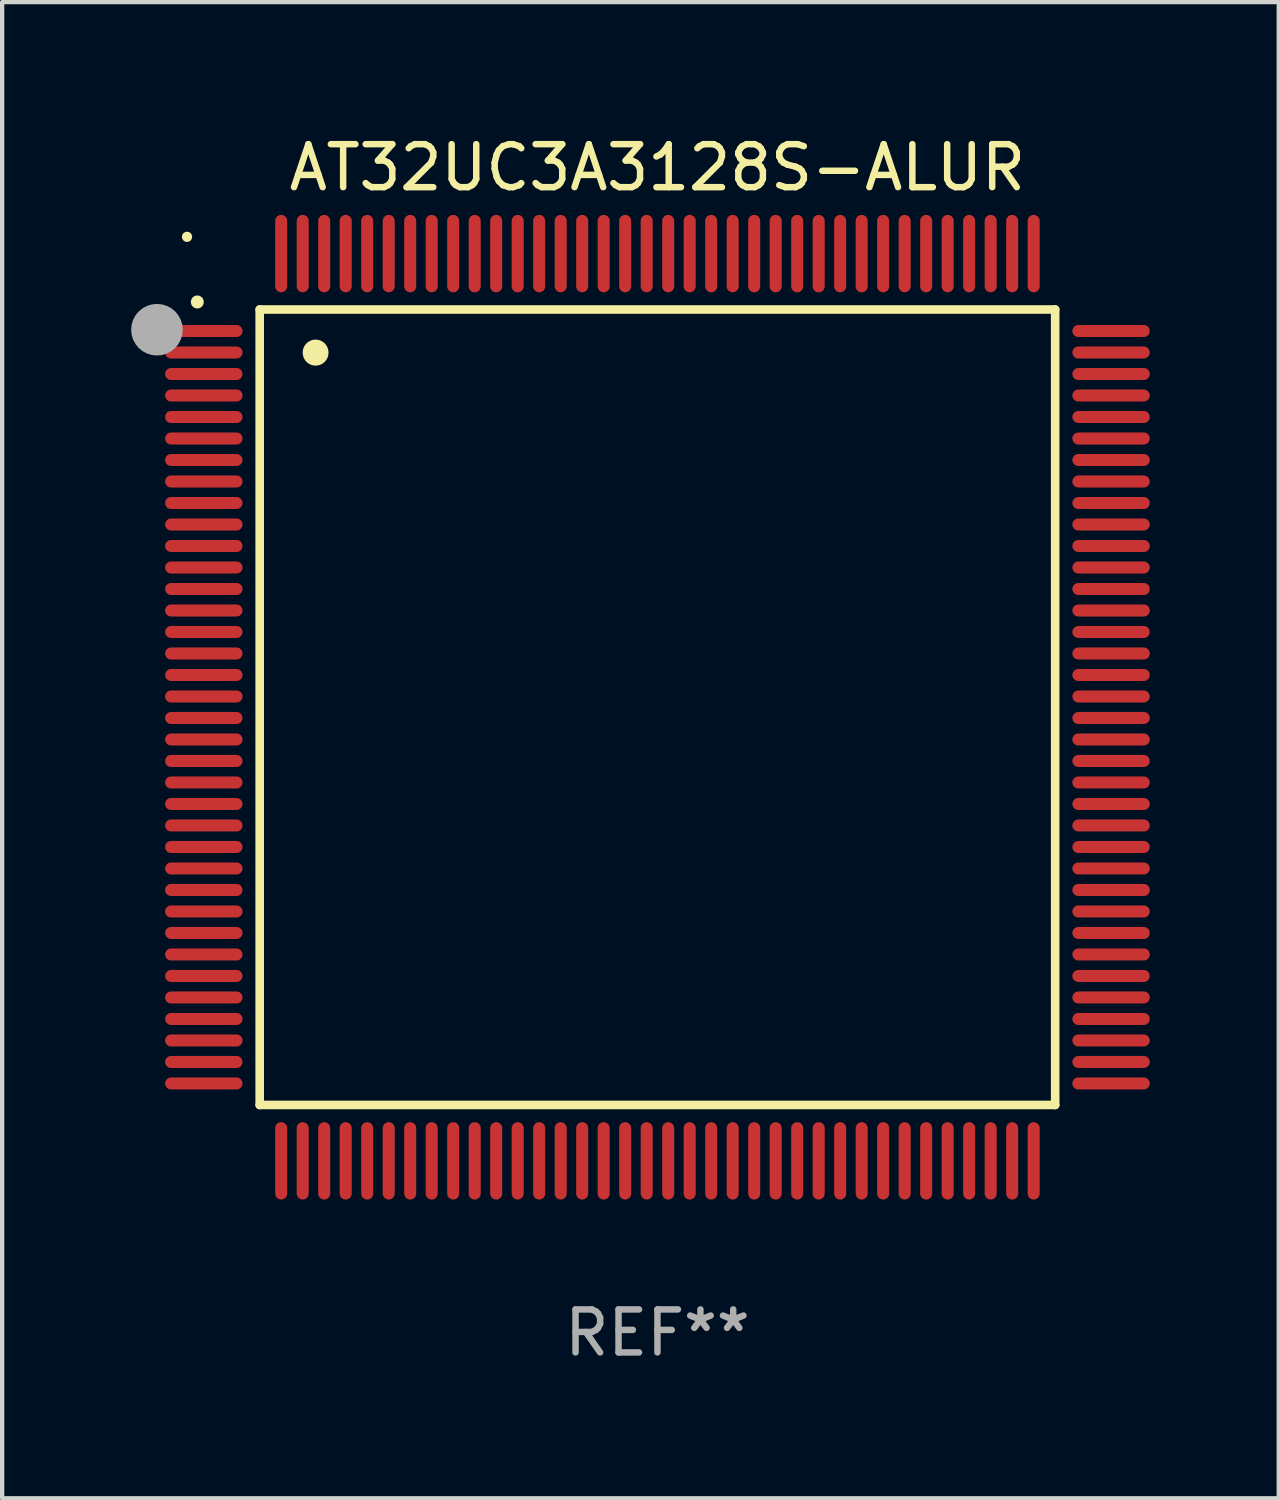
<source format=kicad_pcb>
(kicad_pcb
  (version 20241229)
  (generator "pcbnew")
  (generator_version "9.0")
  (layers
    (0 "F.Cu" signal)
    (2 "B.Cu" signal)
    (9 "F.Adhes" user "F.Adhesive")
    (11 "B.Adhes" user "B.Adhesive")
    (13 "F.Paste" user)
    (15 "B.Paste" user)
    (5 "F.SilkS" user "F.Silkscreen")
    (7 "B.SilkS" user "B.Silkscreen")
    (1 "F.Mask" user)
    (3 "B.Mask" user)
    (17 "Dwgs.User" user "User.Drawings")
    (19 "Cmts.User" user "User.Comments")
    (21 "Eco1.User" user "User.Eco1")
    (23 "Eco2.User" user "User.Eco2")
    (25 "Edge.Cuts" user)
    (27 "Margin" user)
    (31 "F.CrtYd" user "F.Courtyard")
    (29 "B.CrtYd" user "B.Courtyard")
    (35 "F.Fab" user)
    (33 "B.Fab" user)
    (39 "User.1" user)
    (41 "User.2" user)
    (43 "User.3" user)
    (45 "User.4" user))
  (footprint "AT32UC3A3128S-ALUR"
    (layer "F.Cu")
    (at 12.24 13.398)
    (property "Reference" "AT32UC3A3128S-ALUR" (at 0 -12.55 0) (layer "F.SilkS") (effects (font (size 1 1) (thickness 0.15))))
    (attr through_hole)
    (fp_line (start -9.25 -9.25) (end 9.25 -9.25) (stroke (width 0.2) (type solid)) (layer "F.SilkS"))
    (fp_line (start -9.25 9.25) (end -9.25 -9.25) (stroke (width 0.2) (type solid)) (layer "F.SilkS"))
    (fp_line (start 9.25 -9.25) (end 9.25 9.25) (stroke (width 0.2) (type solid)) (layer "F.SilkS"))
    (fp_line (start 9.25 9.25) (end -9.25 9.25) (stroke (width 0.2) (type solid)) (layer "F.SilkS"))
    (fp_arc (start -10.701041 -9.423419) (mid -10.701046 -9.424689) (end -10.701041 -9.425959) (stroke (width 0.3) (type solid)) (layer "F.SilkS"))
    (fp_arc (start -7.950216 -8.244856) (mid -7.950227 -8.247396) (end -7.950216 -8.249936) (stroke (width 0.6) (type solid)) (layer "F.SilkS"))
    (fp_circle (center -10.94 -10.94) (end -10.88 -10.94) (stroke (width 0.12) (type solid)) (fill no) (layer "F.SilkS"))
    (fp_circle (center -11.64 -8.78) (end -11.34 -8.78) (stroke (width 0.6) (type solid)) (fill no) (layer "F.Fab"))
    (fp_text user "REF**" (at 0 14.55 0) (layer "F.Fab") (effects (font (size 1 1) (thickness 0.15))))
    (pad "1" smd oval (at -10.55 -8.75 90) (size 0.28 1.8) (layers "F.Cu" "F.Mask" "F.Paste"))
    (pad "2" smd oval (at -10.55 -8.25 90) (size 0.28 1.8) (layers "F.Cu" "F.Mask" "F.Paste"))
    (pad "3" smd oval (at -10.55 -7.75 90) (size 0.28 1.8) (layers "F.Cu" "F.Mask" "F.Paste"))
    (pad "4" smd oval (at -10.55 -7.25 90) (size 0.28 1.8) (layers "F.Cu" "F.Mask" "F.Paste"))
    (pad "5" smd oval (at -10.55 -6.75 90) (size 0.28 1.8) (layers "F.Cu" "F.Mask" "F.Paste"))
    (pad "6" smd oval (at -10.55 -6.25 90) (size 0.28 1.8) (layers "F.Cu" "F.Mask" "F.Paste"))
    (pad "7" smd oval (at -10.55 -5.75 90) (size 0.28 1.8) (layers "F.Cu" "F.Mask" "F.Paste"))
    (pad "8" smd oval (at -10.55 -5.25 90) (size 0.28 1.8) (layers "F.Cu" "F.Mask" "F.Paste"))
    (pad "9" smd oval (at -10.55 -4.75 90) (size 0.28 1.8) (layers "F.Cu" "F.Mask" "F.Paste"))
    (pad "10" smd oval (at -10.55 -4.25 90) (size 0.28 1.8) (layers "F.Cu" "F.Mask" "F.Paste"))
    (pad "11" smd oval (at -10.55 -3.75 90) (size 0.28 1.8) (layers "F.Cu" "F.Mask" "F.Paste"))
    (pad "12" smd oval (at -10.55 -3.25 90) (size 0.28 1.8) (layers "F.Cu" "F.Mask" "F.Paste"))
    (pad "13" smd oval (at -10.55 -2.75 90) (size 0.28 1.8) (layers "F.Cu" "F.Mask" "F.Paste"))
    (pad "14" smd oval (at -10.55 -2.25 90) (size 0.28 1.8) (layers "F.Cu" "F.Mask" "F.Paste"))
    (pad "15" smd oval (at -10.55 -1.75 90) (size 0.28 1.8) (layers "F.Cu" "F.Mask" "F.Paste"))
    (pad "16" smd oval (at -10.55 -1.25 90) (size 0.28 1.8) (layers "F.Cu" "F.Mask" "F.Paste"))
    (pad "17" smd oval (at -10.55 -0.75 90) (size 0.28 1.8) (layers "F.Cu" "F.Mask" "F.Paste"))
    (pad "18" smd oval (at -10.55 -0.25 90) (size 0.28 1.8) (layers "F.Cu" "F.Mask" "F.Paste"))
    (pad "19" smd oval (at -10.55 0.25 90) (size 0.28 1.8) (layers "F.Cu" "F.Mask" "F.Paste"))
    (pad "20" smd oval (at -10.55 0.75 90) (size 0.28 1.8) (layers "F.Cu" "F.Mask" "F.Paste"))
    (pad "21" smd oval (at -10.55 1.25 90) (size 0.28 1.8) (layers "F.Cu" "F.Mask" "F.Paste"))
    (pad "22" smd oval (at -10.55 1.75 90) (size 0.28 1.8) (layers "F.Cu" "F.Mask" "F.Paste"))
    (pad "23" smd oval (at -10.55 2.25 90) (size 0.28 1.8) (layers "F.Cu" "F.Mask" "F.Paste"))
    (pad "24" smd oval (at -10.55 2.75 90) (size 0.28 1.8) (layers "F.Cu" "F.Mask" "F.Paste"))
    (pad "25" smd oval (at -10.55 3.25 90) (size 0.28 1.8) (layers "F.Cu" "F.Mask" "F.Paste"))
    (pad "26" smd oval (at -10.55 3.75 90) (size 0.28 1.8) (layers "F.Cu" "F.Mask" "F.Paste"))
    (pad "27" smd oval (at -10.55 4.25 90) (size 0.28 1.8) (layers "F.Cu" "F.Mask" "F.Paste"))
    (pad "28" smd oval (at -10.55 4.75 90) (size 0.28 1.8) (layers "F.Cu" "F.Mask" "F.Paste"))
    (pad "29" smd oval (at -10.55 5.25 90) (size 0.28 1.8) (layers "F.Cu" "F.Mask" "F.Paste"))
    (pad "30" smd oval (at -10.55 5.75 90) (size 0.28 1.8) (layers "F.Cu" "F.Mask" "F.Paste"))
    (pad "31" smd oval (at -10.55 6.25 90) (size 0.28 1.8) (layers "F.Cu" "F.Mask" "F.Paste"))
    (pad "32" smd oval (at -10.55 6.75 90) (size 0.28 1.8) (layers "F.Cu" "F.Mask" "F.Paste"))
    (pad "33" smd oval (at -10.55 7.25 90) (size 0.28 1.8) (layers "F.Cu" "F.Mask" "F.Paste"))
    (pad "34" smd oval (at -10.55 7.75 90) (size 0.28 1.8) (layers "F.Cu" "F.Mask" "F.Paste"))
    (pad "35" smd oval (at -10.55 8.25 90) (size 0.28 1.8) (layers "F.Cu" "F.Mask" "F.Paste"))
    (pad "36" smd oval (at -10.55 8.75 90) (size 0.28 1.8) (layers "F.Cu" "F.Mask" "F.Paste"))
    (pad "37" smd oval (at -8.75 10.55) (size 0.28 1.8) (layers "F.Cu" "F.Mask" "F.Paste"))
    (pad "38" smd oval (at -8.25 10.55) (size 0.28 1.8) (layers "F.Cu" "F.Mask" "F.Paste"))
    (pad "39" smd oval (at -7.75 10.55) (size 0.28 1.8) (layers "F.Cu" "F.Mask" "F.Paste"))
    (pad "40" smd oval (at -7.25 10.55) (size 0.28 1.8) (layers "F.Cu" "F.Mask" "F.Paste"))
    (pad "41" smd oval (at -6.75 10.55) (size 0.28 1.8) (layers "F.Cu" "F.Mask" "F.Paste"))
    (pad "42" smd oval (at -6.25 10.55) (size 0.28 1.8) (layers "F.Cu" "F.Mask" "F.Paste"))
    (pad "43" smd oval (at -5.75 10.55) (size 0.28 1.8) (layers "F.Cu" "F.Mask" "F.Paste"))
    (pad "44" smd oval (at -5.25 10.55) (size 0.28 1.8) (layers "F.Cu" "F.Mask" "F.Paste"))
    (pad "45" smd oval (at -4.75 10.55) (size 0.28 1.8) (layers "F.Cu" "F.Mask" "F.Paste"))
    (pad "46" smd oval (at -4.25 10.55) (size 0.28 1.8) (layers "F.Cu" "F.Mask" "F.Paste"))
    (pad "47" smd oval (at -3.75 10.55) (size 0.28 1.8) (layers "F.Cu" "F.Mask" "F.Paste"))
    (pad "48" smd oval (at -3.25 10.55) (size 0.28 1.8) (layers "F.Cu" "F.Mask" "F.Paste"))
    (pad "49" smd oval (at -2.75 10.55) (size 0.28 1.8) (layers "F.Cu" "F.Mask" "F.Paste"))
    (pad "50" smd oval (at -2.25 10.55) (size 0.28 1.8) (layers "F.Cu" "F.Mask" "F.Paste"))
    (pad "51" smd oval (at -1.75 10.55) (size 0.28 1.8) (layers "F.Cu" "F.Mask" "F.Paste"))
    (pad "52" smd oval (at -1.25 10.55) (size 0.28 1.8) (layers "F.Cu" "F.Mask" "F.Paste"))
    (pad "53" smd oval (at -0.75 10.55) (size 0.28 1.8) (layers "F.Cu" "F.Mask" "F.Paste"))
    (pad "54" smd oval (at -0.25 10.55) (size 0.28 1.8) (layers "F.Cu" "F.Mask" "F.Paste"))
    (pad "55" smd oval (at 0.25 10.55) (size 0.28 1.8) (layers "F.Cu" "F.Mask" "F.Paste"))
    (pad "56" smd oval (at 0.75 10.55) (size 0.28 1.8) (layers "F.Cu" "F.Mask" "F.Paste"))
    (pad "57" smd oval (at 1.25 10.55) (size 0.28 1.8) (layers "F.Cu" "F.Mask" "F.Paste"))
    (pad "58" smd oval (at 1.75 10.55) (size 0.28 1.8) (layers "F.Cu" "F.Mask" "F.Paste"))
    (pad "59" smd oval (at 2.25 10.55) (size 0.28 1.8) (layers "F.Cu" "F.Mask" "F.Paste"))
    (pad "60" smd oval (at 2.75 10.55) (size 0.28 1.8) (layers "F.Cu" "F.Mask" "F.Paste"))
    (pad "61" smd oval (at 3.25 10.55) (size 0.28 1.8) (layers "F.Cu" "F.Mask" "F.Paste"))
    (pad "62" smd oval (at 3.75 10.55) (size 0.28 1.8) (layers "F.Cu" "F.Mask" "F.Paste"))
    (pad "63" smd oval (at 4.25 10.55) (size 0.28 1.8) (layers "F.Cu" "F.Mask" "F.Paste"))
    (pad "64" smd oval (at 4.75 10.55) (size 0.28 1.8) (layers "F.Cu" "F.Mask" "F.Paste"))
    (pad "65" smd oval (at 5.25 10.55) (size 0.28 1.8) (layers "F.Cu" "F.Mask" "F.Paste"))
    (pad "66" smd oval (at 5.75 10.55) (size 0.28 1.8) (layers "F.Cu" "F.Mask" "F.Paste"))
    (pad "67" smd oval (at 6.25 10.55) (size 0.28 1.8) (layers "F.Cu" "F.Mask" "F.Paste"))
    (pad "68" smd oval (at 6.75 10.55) (size 0.28 1.8) (layers "F.Cu" "F.Mask" "F.Paste"))
    (pad "69" smd oval (at 7.25 10.55) (size 0.28 1.8) (layers "F.Cu" "F.Mask" "F.Paste"))
    (pad "70" smd oval (at 7.75 10.55) (size 0.28 1.8) (layers "F.Cu" "F.Mask" "F.Paste"))
    (pad "71" smd oval (at 8.25 10.55) (size 0.28 1.8) (layers "F.Cu" "F.Mask" "F.Paste"))
    (pad "72" smd oval (at 8.75 10.55) (size 0.28 1.8) (layers "F.Cu" "F.Mask" "F.Paste"))
    (pad "73" smd oval (at 10.55 8.75 90) (size 0.28 1.8) (layers "F.Cu" "F.Mask" "F.Paste"))
    (pad "74" smd oval (at 10.55 8.25 90) (size 0.28 1.8) (layers "F.Cu" "F.Mask" "F.Paste"))
    (pad "75" smd oval (at 10.55 7.75 90) (size 0.28 1.8) (layers "F.Cu" "F.Mask" "F.Paste"))
    (pad "76" smd oval (at 10.55 7.25 90) (size 0.28 1.8) (layers "F.Cu" "F.Mask" "F.Paste"))
    (pad "77" smd oval (at 10.55 6.75 90) (size 0.28 1.8) (layers "F.Cu" "F.Mask" "F.Paste"))
    (pad "78" smd oval (at 10.55 6.25 90) (size 0.28 1.8) (layers "F.Cu" "F.Mask" "F.Paste"))
    (pad "79" smd oval (at 10.55 5.75 90) (size 0.28 1.8) (layers "F.Cu" "F.Mask" "F.Paste"))
    (pad "80" smd oval (at 10.55 5.25 90) (size 0.28 1.8) (layers "F.Cu" "F.Mask" "F.Paste"))
    (pad "81" smd oval (at 10.55 4.75 90) (size 0.28 1.8) (layers "F.Cu" "F.Mask" "F.Paste"))
    (pad "82" smd oval (at 10.55 4.25 90) (size 0.28 1.8) (layers "F.Cu" "F.Mask" "F.Paste"))
    (pad "83" smd oval (at 10.55 3.75 90) (size 0.28 1.8) (layers "F.Cu" "F.Mask" "F.Paste"))
    (pad "84" smd oval (at 10.55 3.25 90) (size 0.28 1.8) (layers "F.Cu" "F.Mask" "F.Paste"))
    (pad "85" smd oval (at 10.55 2.75 90) (size 0.28 1.8) (layers "F.Cu" "F.Mask" "F.Paste"))
    (pad "86" smd oval (at 10.55 2.25 90) (size 0.28 1.8) (layers "F.Cu" "F.Mask" "F.Paste"))
    (pad "87" smd oval (at 10.55 1.75 90) (size 0.28 1.8) (layers "F.Cu" "F.Mask" "F.Paste"))
    (pad "88" smd oval (at 10.55 1.25 90) (size 0.28 1.8) (layers "F.Cu" "F.Mask" "F.Paste"))
    (pad "89" smd oval (at 10.55 0.75 90) (size 0.28 1.8) (layers "F.Cu" "F.Mask" "F.Paste"))
    (pad "90" smd oval (at 10.55 0.25 90) (size 0.28 1.8) (layers "F.Cu" "F.Mask" "F.Paste"))
    (pad "91" smd oval (at 10.55 -0.25 90) (size 0.28 1.8) (layers "F.Cu" "F.Mask" "F.Paste"))
    (pad "92" smd oval (at 10.55 -0.75 90) (size 0.28 1.8) (layers "F.Cu" "F.Mask" "F.Paste"))
    (pad "93" smd oval (at 10.55 -1.25 90) (size 0.28 1.8) (layers "F.Cu" "F.Mask" "F.Paste"))
    (pad "94" smd oval (at 10.55 -1.75 90) (size 0.28 1.8) (layers "F.Cu" "F.Mask" "F.Paste"))
    (pad "95" smd oval (at 10.55 -2.25 90) (size 0.28 1.8) (layers "F.Cu" "F.Mask" "F.Paste"))
    (pad "96" smd oval (at 10.55 -2.75 90) (size 0.28 1.8) (layers "F.Cu" "F.Mask" "F.Paste"))
    (pad "97" smd oval (at 10.55 -3.25 90) (size 0.28 1.8) (layers "F.Cu" "F.Mask" "F.Paste"))
    (pad "98" smd oval (at 10.55 -3.75 90) (size 0.28 1.8) (layers "F.Cu" "F.Mask" "F.Paste"))
    (pad "99" smd oval (at 10.55 -4.25 90) (size 0.28 1.8) (layers "F.Cu" "F.Mask" "F.Paste"))
    (pad "100" smd oval (at 10.55 -4.75 90) (size 0.28 1.8) (layers "F.Cu" "F.Mask" "F.Paste"))
    (pad "101" smd oval (at 10.55 -5.25 90) (size 0.28 1.8) (layers "F.Cu" "F.Mask" "F.Paste"))
    (pad "102" smd oval (at 10.55 -5.75 90) (size 0.28 1.8) (layers "F.Cu" "F.Mask" "F.Paste"))
    (pad "103" smd oval (at 10.55 -6.25 90) (size 0.28 1.8) (layers "F.Cu" "F.Mask" "F.Paste"))
    (pad "104" smd oval (at 10.55 -6.75 90) (size 0.28 1.8) (layers "F.Cu" "F.Mask" "F.Paste"))
    (pad "105" smd oval (at 10.55 -7.25 90) (size 0.28 1.8) (layers "F.Cu" "F.Mask" "F.Paste"))
    (pad "106" smd oval (at 10.55 -7.75 90) (size 0.28 1.8) (layers "F.Cu" "F.Mask" "F.Paste"))
    (pad "107" smd oval (at 10.55 -8.25 90) (size 0.28 1.8) (layers "F.Cu" "F.Mask" "F.Paste"))
    (pad "108" smd oval (at 10.55 -8.75 90) (size 0.28 1.8) (layers "F.Cu" "F.Mask" "F.Paste"))
    (pad "109" smd oval (at 8.75 -10.55) (size 0.28 1.8) (layers "F.Cu" "F.Mask" "F.Paste"))
    (pad "110" smd oval (at 8.25 -10.55) (size 0.28 1.8) (layers "F.Cu" "F.Mask" "F.Paste"))
    (pad "111" smd oval (at 7.75 -10.55) (size 0.28 1.8) (layers "F.Cu" "F.Mask" "F.Paste"))
    (pad "112" smd oval (at 7.25 -10.55) (size 0.28 1.8) (layers "F.Cu" "F.Mask" "F.Paste"))
    (pad "113" smd oval (at 6.75 -10.55) (size 0.28 1.8) (layers "F.Cu" "F.Mask" "F.Paste"))
    (pad "114" smd oval (at 6.25 -10.55) (size 0.28 1.8) (layers "F.Cu" "F.Mask" "F.Paste"))
    (pad "115" smd oval (at 5.75 -10.55) (size 0.28 1.8) (layers "F.Cu" "F.Mask" "F.Paste"))
    (pad "116" smd oval (at 5.25 -10.55) (size 0.28 1.8) (layers "F.Cu" "F.Mask" "F.Paste"))
    (pad "117" smd oval (at 4.75 -10.55) (size 0.28 1.8) (layers "F.Cu" "F.Mask" "F.Paste"))
    (pad "118" smd oval (at 4.25 -10.55) (size 0.28 1.8) (layers "F.Cu" "F.Mask" "F.Paste"))
    (pad "119" smd oval (at 3.75 -10.55) (size 0.28 1.8) (layers "F.Cu" "F.Mask" "F.Paste"))
    (pad "120" smd oval (at 3.25 -10.55) (size 0.28 1.8) (layers "F.Cu" "F.Mask" "F.Paste"))
    (pad "121" smd oval (at 2.75 -10.55) (size 0.28 1.8) (layers "F.Cu" "F.Mask" "F.Paste"))
    (pad "122" smd oval (at 2.25 -10.55) (size 0.28 1.8) (layers "F.Cu" "F.Mask" "F.Paste"))
    (pad "123" smd oval (at 1.75 -10.55) (size 0.28 1.8) (layers "F.Cu" "F.Mask" "F.Paste"))
    (pad "124" smd oval (at 1.25 -10.55) (size 0.28 1.8) (layers "F.Cu" "F.Mask" "F.Paste"))
    (pad "125" smd oval (at 0.75 -10.55) (size 0.28 1.8) (layers "F.Cu" "F.Mask" "F.Paste"))
    (pad "126" smd oval (at 0.25 -10.55) (size 0.28 1.8) (layers "F.Cu" "F.Mask" "F.Paste"))
    (pad "127" smd oval (at -0.25 -10.55) (size 0.28 1.8) (layers "F.Cu" "F.Mask" "F.Paste"))
    (pad "128" smd oval (at -0.75 -10.55) (size 0.28 1.8) (layers "F.Cu" "F.Mask" "F.Paste"))
    (pad "129" smd oval (at -1.25 -10.55) (size 0.28 1.8) (layers "F.Cu" "F.Mask" "F.Paste"))
    (pad "130" smd oval (at -1.75 -10.55) (size 0.28 1.8) (layers "F.Cu" "F.Mask" "F.Paste"))
    (pad "131" smd oval (at -2.25 -10.55) (size 0.28 1.8) (layers "F.Cu" "F.Mask" "F.Paste"))
    (pad "132" smd oval (at -2.75 -10.55) (size 0.28 1.8) (layers "F.Cu" "F.Mask" "F.Paste"))
    (pad "133" smd oval (at -3.25 -10.55) (size 0.28 1.8) (layers "F.Cu" "F.Mask" "F.Paste"))
    (pad "134" smd oval (at -3.75 -10.55) (size 0.28 1.8) (layers "F.Cu" "F.Mask" "F.Paste"))
    (pad "135" smd oval (at -4.25 -10.55) (size 0.28 1.8) (layers "F.Cu" "F.Mask" "F.Paste"))
    (pad "136" smd oval (at -4.75 -10.55) (size 0.28 1.8) (layers "F.Cu" "F.Mask" "F.Paste"))
    (pad "137" smd oval (at -5.25 -10.55) (size 0.28 1.8) (layers "F.Cu" "F.Mask" "F.Paste"))
    (pad "138" smd oval (at -5.75 -10.55) (size 0.28 1.8) (layers "F.Cu" "F.Mask" "F.Paste"))
    (pad "139" smd oval (at -6.25 -10.55) (size 0.28 1.8) (layers "F.Cu" "F.Mask" "F.Paste"))
    (pad "140" smd oval (at -6.75 -10.55) (size 0.28 1.8) (layers "F.Cu" "F.Mask" "F.Paste"))
    (pad "141" smd oval (at -7.25 -10.55) (size 0.28 1.8) (layers "F.Cu" "F.Mask" "F.Paste"))
    (pad "142" smd oval (at -7.75 -10.55) (size 0.28 1.8) (layers "F.Cu" "F.Mask" "F.Paste"))
    (pad "143" smd oval (at -8.25 -10.55) (size 0.28 1.8) (layers "F.Cu" "F.Mask" "F.Paste"))
    (pad "144" smd oval (at -8.75 -10.55) (size 0.28 1.8) (layers "F.Cu" "F.Mask" "F.Paste")))
  (gr_rect
    (start -3 -3)
    (end 26.69 31.796)
    (stroke (width 0.1) (type default))
    (fill no)
    (layer "Edge.Cuts")))
</source>
